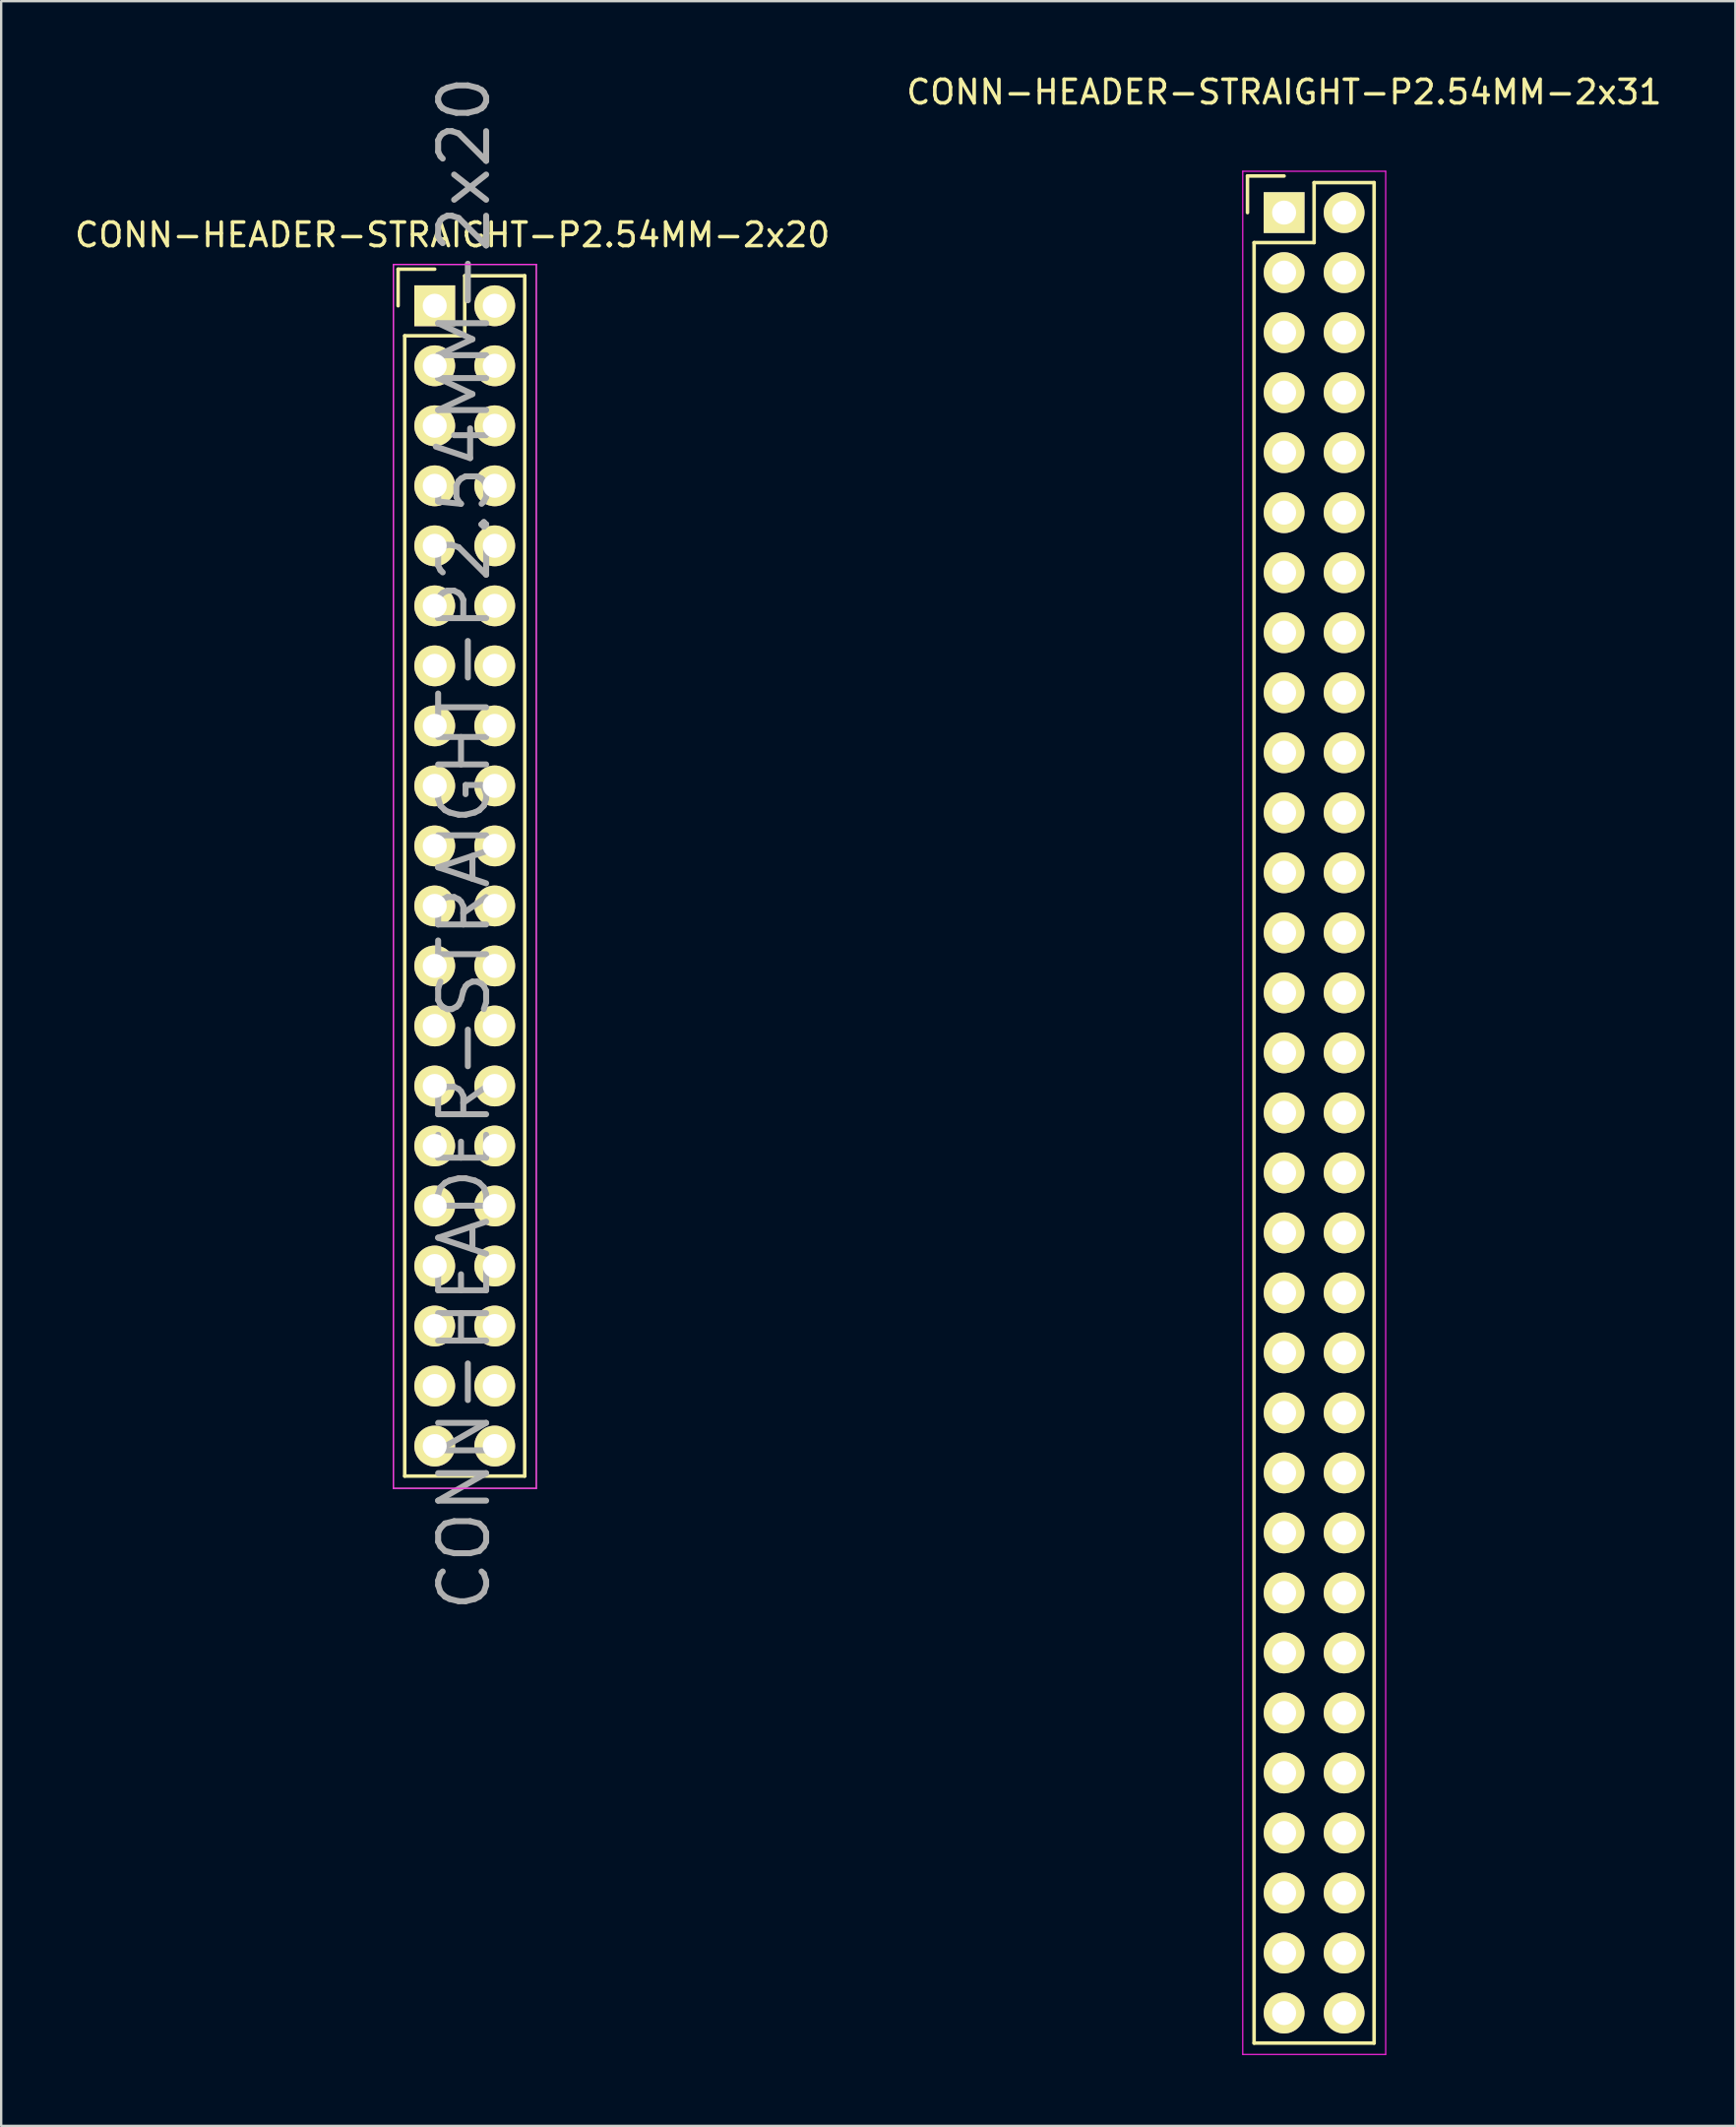
<source format=kicad_pcb>
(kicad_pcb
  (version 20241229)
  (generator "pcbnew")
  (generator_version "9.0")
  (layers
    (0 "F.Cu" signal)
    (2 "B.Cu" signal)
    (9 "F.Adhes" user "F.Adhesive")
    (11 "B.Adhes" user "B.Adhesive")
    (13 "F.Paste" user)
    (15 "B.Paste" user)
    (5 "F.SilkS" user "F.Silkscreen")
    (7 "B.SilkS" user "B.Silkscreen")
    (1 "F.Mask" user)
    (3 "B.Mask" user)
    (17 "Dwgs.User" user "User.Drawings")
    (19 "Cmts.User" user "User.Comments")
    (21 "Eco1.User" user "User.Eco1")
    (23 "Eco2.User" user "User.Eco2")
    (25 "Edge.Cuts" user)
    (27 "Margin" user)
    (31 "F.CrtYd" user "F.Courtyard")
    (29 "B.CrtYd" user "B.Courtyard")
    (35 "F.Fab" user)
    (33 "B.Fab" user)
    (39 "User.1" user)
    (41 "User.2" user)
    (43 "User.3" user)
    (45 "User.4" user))
  (footprint "CONN-HEADER-STRAIGHT-P2.54MM-2x31"
    (layer "F.Cu")
    (at 51.304 5.948)
    (property "Reference" "CONN-HEADER-STRAIGHT-P2.54MM-2x31" (at 0 -5.1 0) (layer "F.SilkS") (effects (font (size 1 1) (thickness 0.15))))
    (attr through_hole)
    (fp_line (start -1.55 -1.55) (end -1.55 0) (stroke (width 0.15) (type solid)) (layer "F.SilkS"))
    (fp_line (start -1.27 77.47) (end -1.27 1.27) (stroke (width 0.15) (type solid)) (layer "F.SilkS"))
    (fp_line (start 0 -1.55) (end -1.55 -1.55) (stroke (width 0.15) (type solid)) (layer "F.SilkS"))
    (fp_line (start 1.27 -1.27) (end 1.27 1.27) (stroke (width 0.15) (type solid)) (layer "F.SilkS"))
    (fp_line (start 1.27 1.27) (end -1.27 1.27) (stroke (width 0.15) (type solid)) (layer "F.SilkS"))
    (fp_line (start 3.81 -1.27) (end 1.27 -1.27) (stroke (width 0.15) (type solid)) (layer "F.SilkS"))
    (fp_line (start 3.81 -1.27) (end 3.81 77.47) (stroke (width 0.15) (type solid)) (layer "F.SilkS"))
    (fp_line (start 3.81 77.47) (end -1.27 77.47) (stroke (width 0.15) (type solid)) (layer "F.SilkS"))
    (fp_line (start -1.75 -1.75) (end -1.75 77.95) (stroke (width 0.05) (type solid)) (layer "F.CrtYd"))
    (fp_line (start -1.75 -1.75) (end 4.3 -1.75) (stroke (width 0.05) (type solid)) (layer "F.CrtYd"))
    (fp_line (start -1.75 77.95) (end 4.3 77.95) (stroke (width 0.05) (type solid)) (layer "F.CrtYd"))
    (fp_line (start 4.3 -1.75) (end 4.3 77.95) (stroke (width 0.05) (type solid)) (layer "F.CrtYd"))
    (pad "1" thru_hole rect (at 0 0) (size 1.727 1.727) (drill 1.016) (layers "*.Cu" "*.Mask" "F.SilkS"))
    (pad "2" thru_hole oval (at 2.54 0) (size 1.727 1.727) (drill 1.016) (layers "*.Cu" "*.Mask" "F.SilkS"))
    (pad "3" thru_hole oval (at 0 2.54) (size 1.727 1.727) (drill 1.016) (layers "*.Cu" "*.Mask" "F.SilkS"))
    (pad "4" thru_hole oval (at 2.54 2.54) (size 1.727 1.727) (drill 1.016) (layers "*.Cu" "*.Mask" "F.SilkS"))
    (pad "5" thru_hole oval (at 0 5.08) (size 1.727 1.727) (drill 1.016) (layers "*.Cu" "*.Mask" "F.SilkS"))
    (pad "6" thru_hole oval (at 2.54 5.08) (size 1.727 1.727) (drill 1.016) (layers "*.Cu" "*.Mask" "F.SilkS"))
    (pad "7" thru_hole oval (at 0 7.62) (size 1.727 1.727) (drill 1.016) (layers "*.Cu" "*.Mask" "F.SilkS"))
    (pad "8" thru_hole oval (at 2.54 7.62) (size 1.727 1.727) (drill 1.016) (layers "*.Cu" "*.Mask" "F.SilkS"))
    (pad "9" thru_hole oval (at 0 10.16) (size 1.727 1.727) (drill 1.016) (layers "*.Cu" "*.Mask" "F.SilkS"))
    (pad "10" thru_hole oval (at 2.54 10.16) (size 1.727 1.727) (drill 1.016) (layers "*.Cu" "*.Mask" "F.SilkS"))
    (pad "11" thru_hole oval (at 0 12.7) (size 1.727 1.727) (drill 1.016) (layers "*.Cu" "*.Mask" "F.SilkS"))
    (pad "12" thru_hole oval (at 2.54 12.7) (size 1.727 1.727) (drill 1.016) (layers "*.Cu" "*.Mask" "F.SilkS"))
    (pad "13" thru_hole oval (at 0 15.24) (size 1.727 1.727) (drill 1.016) (layers "*.Cu" "*.Mask" "F.SilkS"))
    (pad "14" thru_hole oval (at 2.54 15.24) (size 1.727 1.727) (drill 1.016) (layers "*.Cu" "*.Mask" "F.SilkS"))
    (pad "15" thru_hole oval (at 0 17.78) (size 1.727 1.727) (drill 1.016) (layers "*.Cu" "*.Mask" "F.SilkS"))
    (pad "16" thru_hole oval (at 2.54 17.78) (size 1.727 1.727) (drill 1.016) (layers "*.Cu" "*.Mask" "F.SilkS"))
    (pad "17" thru_hole oval (at 0 20.32) (size 1.727 1.727) (drill 1.016) (layers "*.Cu" "*.Mask" "F.SilkS"))
    (pad "18" thru_hole oval (at 2.54 20.32) (size 1.727 1.727) (drill 1.016) (layers "*.Cu" "*.Mask" "F.SilkS"))
    (pad "19" thru_hole oval (at 0 22.86) (size 1.727 1.727) (drill 1.016) (layers "*.Cu" "*.Mask" "F.SilkS"))
    (pad "20" thru_hole oval (at 2.54 22.86) (size 1.727 1.727) (drill 1.016) (layers "*.Cu" "*.Mask" "F.SilkS"))
    (pad "21" thru_hole oval (at 0 25.4) (size 1.727 1.727) (drill 1.016) (layers "*.Cu" "*.Mask" "F.SilkS"))
    (pad "22" thru_hole oval (at 2.54 25.4) (size 1.727 1.727) (drill 1.016) (layers "*.Cu" "*.Mask" "F.SilkS"))
    (pad "23" thru_hole oval (at 0 27.94) (size 1.727 1.727) (drill 1.016) (layers "*.Cu" "*.Mask" "F.SilkS"))
    (pad "24" thru_hole oval (at 2.54 27.94) (size 1.727 1.727) (drill 1.016) (layers "*.Cu" "*.Mask" "F.SilkS"))
    (pad "25" thru_hole oval (at 0 30.48) (size 1.727 1.727) (drill 1.016) (layers "*.Cu" "*.Mask" "F.SilkS"))
    (pad "26" thru_hole oval (at 2.54 30.48) (size 1.727 1.727) (drill 1.016) (layers "*.Cu" "*.Mask" "F.SilkS"))
    (pad "27" thru_hole oval (at 0 33.02) (size 1.727 1.727) (drill 1.016) (layers "*.Cu" "*.Mask" "F.SilkS"))
    (pad "28" thru_hole oval (at 2.54 33.02) (size 1.727 1.727) (drill 1.016) (layers "*.Cu" "*.Mask" "F.SilkS"))
    (pad "29" thru_hole oval (at 0 35.56) (size 1.727 1.727) (drill 1.016) (layers "*.Cu" "*.Mask" "F.SilkS"))
    (pad "30" thru_hole oval (at 2.54 35.56) (size 1.727 1.727) (drill 1.016) (layers "*.Cu" "*.Mask" "F.SilkS"))
    (pad "31" thru_hole oval (at 0 38.1) (size 1.727 1.727) (drill 1.016) (layers "*.Cu" "*.Mask" "F.SilkS"))
    (pad "32" thru_hole oval (at 2.54 38.1) (size 1.727 1.727) (drill 1.016) (layers "*.Cu" "*.Mask" "F.SilkS"))
    (pad "33" thru_hole oval (at 0 40.64) (size 1.727 1.727) (drill 1.016) (layers "*.Cu" "*.Mask" "F.SilkS"))
    (pad "34" thru_hole oval (at 2.54 40.64) (size 1.727 1.727) (drill 1.016) (layers "*.Cu" "*.Mask" "F.SilkS"))
    (pad "35" thru_hole oval (at 0 43.18) (size 1.727 1.727) (drill 1.016) (layers "*.Cu" "*.Mask" "F.SilkS"))
    (pad "36" thru_hole oval (at 2.54 43.18) (size 1.727 1.727) (drill 1.016) (layers "*.Cu" "*.Mask" "F.SilkS"))
    (pad "37" thru_hole oval (at 0 45.72) (size 1.727 1.727) (drill 1.016) (layers "*.Cu" "*.Mask" "F.SilkS"))
    (pad "38" thru_hole oval (at 2.54 45.72) (size 1.727 1.727) (drill 1.016) (layers "*.Cu" "*.Mask" "F.SilkS"))
    (pad "39" thru_hole oval (at 0 48.26) (size 1.727 1.727) (drill 1.016) (layers "*.Cu" "*.Mask" "F.SilkS"))
    (pad "40" thru_hole oval (at 2.54 48.26) (size 1.727 1.727) (drill 1.016) (layers "*.Cu" "*.Mask" "F.SilkS"))
    (pad "41" thru_hole oval (at 0 50.8) (size 1.727 1.727) (drill 1.016) (layers "*.Cu" "*.Mask" "F.SilkS"))
    (pad "42" thru_hole oval (at 2.54 50.8) (size 1.727 1.727) (drill 1.016) (layers "*.Cu" "*.Mask" "F.SilkS"))
    (pad "43" thru_hole oval (at 0 53.34) (size 1.727 1.727) (drill 1.016) (layers "*.Cu" "*.Mask" "F.SilkS"))
    (pad "44" thru_hole oval (at 2.54 53.34) (size 1.727 1.727) (drill 1.016) (layers "*.Cu" "*.Mask" "F.SilkS"))
    (pad "45" thru_hole oval (at 0 55.88) (size 1.727 1.727) (drill 1.016) (layers "*.Cu" "*.Mask" "F.SilkS"))
    (pad "46" thru_hole oval (at 2.54 55.88) (size 1.727 1.727) (drill 1.016) (layers "*.Cu" "*.Mask" "F.SilkS"))
    (pad "47" thru_hole oval (at 0 58.42) (size 1.727 1.727) (drill 1.016) (layers "*.Cu" "*.Mask" "F.SilkS"))
    (pad "48" thru_hole oval (at 2.54 58.42) (size 1.727 1.727) (drill 1.016) (layers "*.Cu" "*.Mask" "F.SilkS"))
    (pad "49" thru_hole oval (at 0 60.96) (size 1.727 1.727) (drill 1.016) (layers "*.Cu" "*.Mask" "F.SilkS"))
    (pad "50" thru_hole oval (at 2.54 60.96) (size 1.727 1.727) (drill 1.016) (layers "*.Cu" "*.Mask" "F.SilkS"))
    (pad "51" thru_hole oval (at 0 63.5) (size 1.727 1.727) (drill 1.016) (layers "*.Cu" "*.Mask" "F.SilkS"))
    (pad "52" thru_hole oval (at 2.54 63.5) (size 1.727 1.727) (drill 1.016) (layers "*.Cu" "*.Mask" "F.SilkS"))
    (pad "53" thru_hole oval (at 0 66.04) (size 1.727 1.727) (drill 1.016) (layers "*.Cu" "*.Mask" "F.SilkS"))
    (pad "54" thru_hole oval (at 2.54 66.04) (size 1.727 1.727) (drill 1.016) (layers "*.Cu" "*.Mask" "F.SilkS"))
    (pad "55" thru_hole oval (at 0 68.58) (size 1.727 1.727) (drill 1.016) (layers "*.Cu" "*.Mask" "F.SilkS"))
    (pad "56" thru_hole oval (at 2.54 68.58) (size 1.727 1.727) (drill 1.016) (layers "*.Cu" "*.Mask" "F.SilkS"))
    (pad "57" thru_hole oval (at 0 71.12) (size 1.727 1.727) (drill 1.016) (layers "*.Cu" "*.Mask" "F.SilkS"))
    (pad "58" thru_hole oval (at 2.54 71.12) (size 1.727 1.727) (drill 1.016) (layers "*.Cu" "*.Mask" "F.SilkS"))
    (pad "59" thru_hole oval (at 0 73.66) (size 1.727 1.727) (drill 1.016) (layers "*.Cu" "*.Mask" "F.SilkS"))
    (pad "60" thru_hole oval (at 2.54 73.66) (size 1.727 1.727) (drill 1.016) (layers "*.Cu" "*.Mask" "F.SilkS"))
    (pad "61" thru_hole oval (at 0 76.2) (size 1.727 1.727) (drill 1.016) (layers "*.Cu" "*.Mask" "F.SilkS"))
    (pad "62" thru_hole oval (at 2.54 76.2) (size 1.727 1.727) (drill 1.016) (layers "*.Cu" "*.Mask" "F.SilkS")))
  (footprint "CONN-HEADER-STRAIGHT-P2.54MM-2x20"
    (layer "F.Cu")
    (at 15.351 9.891)
    (property "Reference" "CONN-HEADER-STRAIGHT-P2.54MM-2x20" (at 1.25 22.75 90) (layer "F.Fab") (effects (font (size 2.032 2.032) (thickness 0.254))))
    (attr through_hole)
    (fp_line (start -1.55 -1.55) (end -1.55 0) (stroke (width 0.15) (type solid)) (layer "F.SilkS"))
    (fp_line (start -1.27 1.27) (end -1.27 49.53) (stroke (width 0.15) (type solid)) (layer "F.SilkS"))
    (fp_line (start 0 -1.55) (end -1.55 -1.55) (stroke (width 0.15) (type solid)) (layer "F.SilkS"))
    (fp_line (start 1.27 -1.27) (end 1.27 1.27) (stroke (width 0.15) (type solid)) (layer "F.SilkS"))
    (fp_line (start 1.27 1.27) (end -1.27 1.27) (stroke (width 0.15) (type solid)) (layer "F.SilkS"))
    (fp_line (start 3.81 -1.27) (end 1.27 -1.27) (stroke (width 0.15) (type solid)) (layer "F.SilkS"))
    (fp_line (start 3.81 49.53) (end -1.27 49.53) (stroke (width 0.15) (type solid)) (layer "F.SilkS"))
    (fp_line (start 3.81 49.53) (end 3.81 -1.27) (stroke (width 0.15) (type solid)) (layer "F.SilkS"))
    (fp_line (start -1.75 -1.75) (end -1.75 50.05) (stroke (width 0.05) (type solid)) (layer "F.CrtYd"))
    (fp_line (start -1.75 -1.75) (end 4.3 -1.75) (stroke (width 0.05) (type solid)) (layer "F.CrtYd"))
    (fp_line (start -1.75 50.05) (end 4.3 50.05) (stroke (width 0.05) (type solid)) (layer "F.CrtYd"))
    (fp_line (start 4.3 -1.75) (end 4.3 50.05) (stroke (width 0.05) (type solid)) (layer "F.CrtYd"))
    (fp_line (start -1.75 -1.75) (end -1.75 50.05) (stroke (width 0.05) (type solid)) (layer "F.Fab"))
    (fp_line (start -1.75 -1.75) (end 4.3 -1.75) (stroke (width 0.05) (type solid)) (layer "F.Fab"))
    (fp_line (start -1.75 50.05) (end 4.3 50.05) (stroke (width 0.05) (type solid)) (layer "F.Fab"))
    (fp_line (start 4.3 -1.75) (end 4.3 50.05) (stroke (width 0.05) (type solid)) (layer "F.Fab"))
    (fp_text user "${REFERENCE}" (at 0.75 -3 0) (layer "F.SilkS") (effects (font (size 1 1) (thickness 0.15))))
    (pad "1" thru_hole rect (at 0 0) (size 1.727 1.727) (drill 1.016) (layers "*.Cu" "*.Mask" "F.SilkS"))
    (pad "2" thru_hole oval (at 2.54 0) (size 1.727 1.727) (drill 1.016) (layers "*.Cu" "*.Mask" "F.SilkS"))
    (pad "3" thru_hole oval (at 0 2.54) (size 1.727 1.727) (drill 1.016) (layers "*.Cu" "*.Mask" "F.SilkS"))
    (pad "4" thru_hole oval (at 2.54 2.54) (size 1.727 1.727) (drill 1.016) (layers "*.Cu" "*.Mask" "F.SilkS"))
    (pad "5" thru_hole oval (at 0 5.08) (size 1.727 1.727) (drill 1.016) (layers "*.Cu" "*.Mask" "F.SilkS"))
    (pad "6" thru_hole oval (at 2.54 5.08) (size 1.727 1.727) (drill 1.016) (layers "*.Cu" "*.Mask" "F.SilkS"))
    (pad "7" thru_hole oval (at 0 7.62) (size 1.727 1.727) (drill 1.016) (layers "*.Cu" "*.Mask" "F.SilkS"))
    (pad "8" thru_hole oval (at 2.54 7.62) (size 1.727 1.727) (drill 1.016) (layers "*.Cu" "*.Mask" "F.SilkS"))
    (pad "9" thru_hole oval (at 0 10.16) (size 1.727 1.727) (drill 1.016) (layers "*.Cu" "*.Mask" "F.SilkS"))
    (pad "10" thru_hole oval (at 2.54 10.16) (size 1.727 1.727) (drill 1.016) (layers "*.Cu" "*.Mask" "F.SilkS"))
    (pad "11" thru_hole oval (at 0 12.7) (size 1.727 1.727) (drill 1.016) (layers "*.Cu" "*.Mask" "F.SilkS"))
    (pad "12" thru_hole oval (at 2.54 12.7) (size 1.727 1.727) (drill 1.016) (layers "*.Cu" "*.Mask" "F.SilkS"))
    (pad "13" thru_hole oval (at 0 15.24) (size 1.727 1.727) (drill 1.016) (layers "*.Cu" "*.Mask" "F.SilkS"))
    (pad "14" thru_hole oval (at 2.54 15.24) (size 1.727 1.727) (drill 1.016) (layers "*.Cu" "*.Mask" "F.SilkS"))
    (pad "15" thru_hole oval (at 0 17.78) (size 1.727 1.727) (drill 1.016) (layers "*.Cu" "*.Mask" "F.SilkS"))
    (pad "16" thru_hole oval (at 2.54 17.78) (size 1.727 1.727) (drill 1.016) (layers "*.Cu" "*.Mask" "F.SilkS"))
    (pad "17" thru_hole oval (at 0 20.32) (size 1.727 1.727) (drill 1.016) (layers "*.Cu" "*.Mask" "F.SilkS"))
    (pad "18" thru_hole oval (at 2.54 20.32) (size 1.727 1.727) (drill 1.016) (layers "*.Cu" "*.Mask" "F.SilkS"))
    (pad "19" thru_hole oval (at 0 22.86) (size 1.727 1.727) (drill 1.016) (layers "*.Cu" "*.Mask" "F.SilkS"))
    (pad "20" thru_hole oval (at 2.54 22.86) (size 1.727 1.727) (drill 1.016) (layers "*.Cu" "*.Mask" "F.SilkS"))
    (pad "21" thru_hole oval (at 0 25.4) (size 1.727 1.727) (drill 1.016) (layers "*.Cu" "*.Mask" "F.SilkS"))
    (pad "22" thru_hole oval (at 2.54 25.4) (size 1.727 1.727) (drill 1.016) (layers "*.Cu" "*.Mask" "F.SilkS"))
    (pad "23" thru_hole oval (at 0 27.94) (size 1.727 1.727) (drill 1.016) (layers "*.Cu" "*.Mask" "F.SilkS"))
    (pad "24" thru_hole oval (at 2.54 27.94) (size 1.727 1.727) (drill 1.016) (layers "*.Cu" "*.Mask" "F.SilkS"))
    (pad "25" thru_hole oval (at 0 30.48) (size 1.727 1.727) (drill 1.016) (layers "*.Cu" "*.Mask" "F.SilkS"))
    (pad "26" thru_hole oval (at 2.54 30.48) (size 1.727 1.727) (drill 1.016) (layers "*.Cu" "*.Mask" "F.SilkS"))
    (pad "27" thru_hole oval (at 0 33.02) (size 1.727 1.727) (drill 1.016) (layers "*.Cu" "*.Mask" "F.SilkS"))
    (pad "28" thru_hole oval (at 2.54 33.02) (size 1.727 1.727) (drill 1.016) (layers "*.Cu" "*.Mask" "F.SilkS"))
    (pad "29" thru_hole oval (at 0 35.56) (size 1.727 1.727) (drill 1.016) (layers "*.Cu" "*.Mask" "F.SilkS"))
    (pad "30" thru_hole oval (at 2.54 35.56) (size 1.727 1.727) (drill 1.016) (layers "*.Cu" "*.Mask" "F.SilkS"))
    (pad "31" thru_hole oval (at 0 38.1) (size 1.727 1.727) (drill 1.016) (layers "*.Cu" "*.Mask" "F.SilkS"))
    (pad "32" thru_hole oval (at 2.54 38.1) (size 1.727 1.727) (drill 1.016) (layers "*.Cu" "*.Mask" "F.SilkS"))
    (pad "33" thru_hole oval (at 0 40.64) (size 1.727 1.727) (drill 1.016) (layers "*.Cu" "*.Mask" "F.SilkS"))
    (pad "34" thru_hole oval (at 2.54 40.64) (size 1.727 1.727) (drill 1.016) (layers "*.Cu" "*.Mask" "F.SilkS"))
    (pad "35" thru_hole oval (at 0 43.18) (size 1.727 1.727) (drill 1.016) (layers "*.Cu" "*.Mask" "F.SilkS"))
    (pad "36" thru_hole oval (at 2.54 43.18) (size 1.727 1.727) (drill 1.016) (layers "*.Cu" "*.Mask" "F.SilkS"))
    (pad "37" thru_hole oval (at 0 45.72) (size 1.727 1.727) (drill 1.016) (layers "*.Cu" "*.Mask" "F.SilkS"))
    (pad "38" thru_hole oval (at 2.54 45.72) (size 1.727 1.727) (drill 1.016) (layers "*.Cu" "*.Mask" "F.SilkS"))
    (pad "39" thru_hole oval (at 0 48.26) (size 1.727 1.727) (drill 1.016) (layers "*.Cu" "*.Mask" "F.SilkS"))
    (pad "40" thru_hole oval (at 2.54 48.26) (size 1.727 1.727) (drill 1.016) (layers "*.Cu" "*.Mask" "F.SilkS")))
  (gr_rect
    (start -3 -3)
    (end 70.405 86.923)
    (stroke (width 0.1) (type default))
    (fill no)
    (layer "Edge.Cuts")))
</source>
